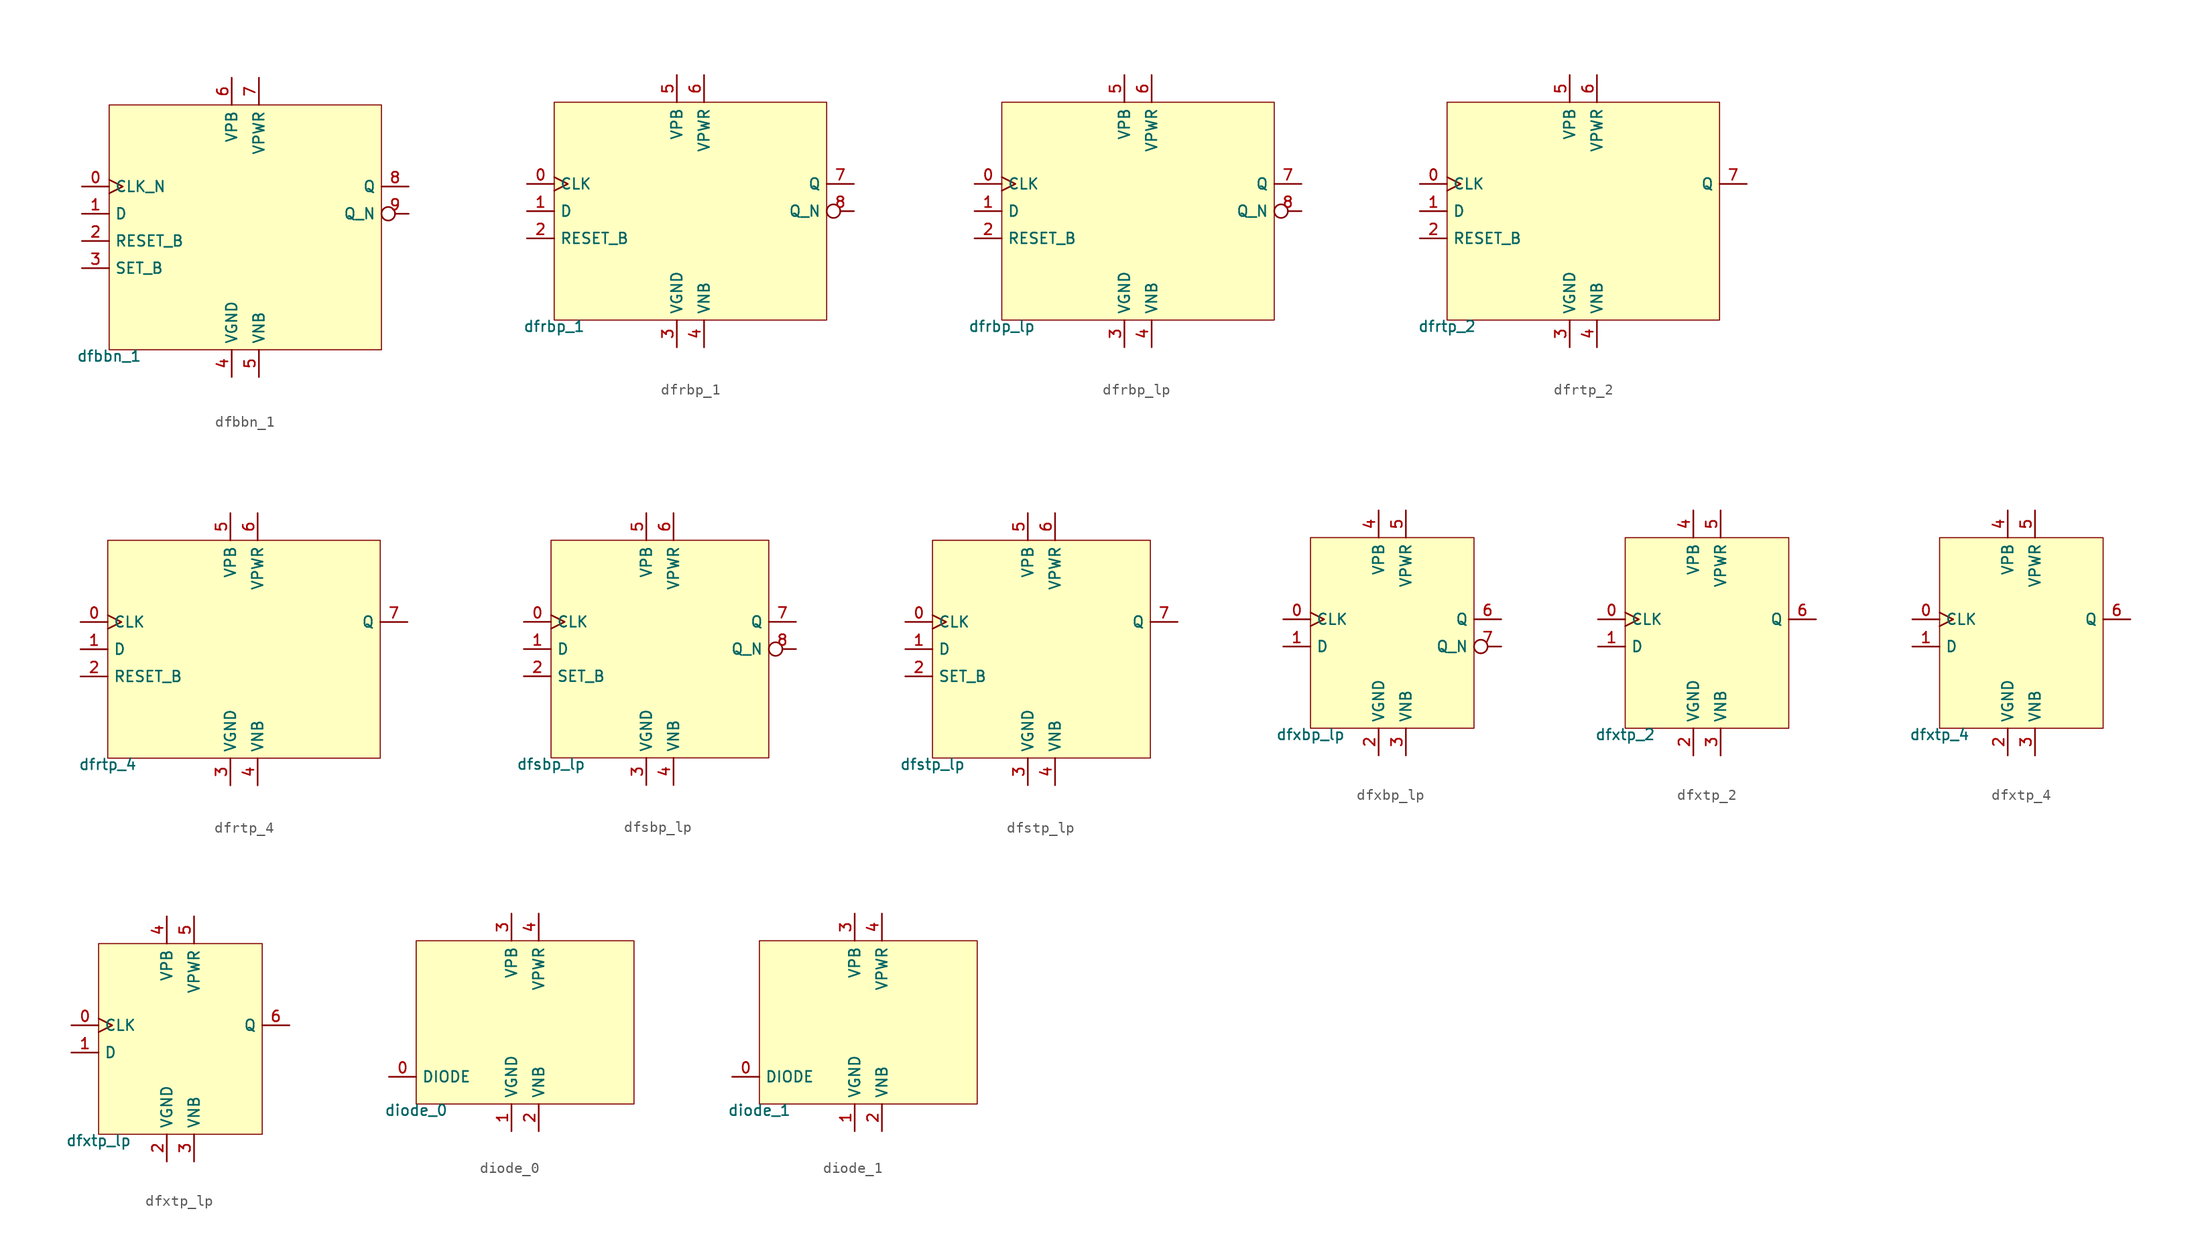
<source format=kicad_sym>
(kicad_symbol_lib
  (version 20211014)
  (generator pdk2kicad)
  (symbol "dfbbn_1"
    (property "Reference" "X"
      (at 0 0 0)
      (effects (font (size 1 1)) hide))
    (property "Value" "dfbbn_1"
      (at -12.7 -11.43 0)
      (effects (font (size 1 1)) (justify top)))
    (rectangle
      (start -12.7 -11.43)
      (end 12.7 11.43)
      (stroke (width 0.1) (type solid) (color 0 0 0 0))
      (fill (type background)))
    (pin input clock
      (at -15.24 3.81 0)
      (length 2.54)
      (name "CLK_N" (effects (font (size 1 1)) hide))
      (number "0" (effects (font (size 1 1)) hide)))
    (pin input line
      (at -15.24 1.27 0)
      (length 2.54)
      (name "D" (effects (font (size 1 1)) hide))
      (number "1" (effects (font (size 1 1)) hide)))
    (pin input line
      (at -15.24 -1.27 0)
      (length 2.54)
      (name "RESET_B" (effects (font (size 1 1)) hide))
      (number "2" (effects (font (size 1 1)) hide)))
    (pin input line
      (at -15.24 -3.81 0)
      (length 2.54)
      (name "SET_B" (effects (font (size 1 1)) hide))
      (number "3" (effects (font (size 1 1)) hide)))
    (pin power_in line
      (at -1.27 -13.97 90)
      (length 2.54)
      (name "VGND" (effects (font (size 1 1)) hide))
      (number "4" (effects (font (size 1 1)) hide)))
    (pin power_in line
      (at 1.27 -13.97 90)
      (length 2.54)
      (name "VNB" (effects (font (size 1 1)) hide))
      (number "5" (effects (font (size 1 1)) hide)))
    (pin power_in line
      (at -1.27 13.97 270)
      (length 2.54)
      (name "VPB" (effects (font (size 1 1)) hide))
      (number "6" (effects (font (size 1 1)) hide)))
    (pin power_in line
      (at 1.27 13.97 270)
      (length 2.54)
      (name "VPWR" (effects (font (size 1 1)) hide))
      (number "7" (effects (font (size 1 1)) hide)))
    (pin output line
      (at 15.24 3.81 180)
      (length 2.54)
      (name "Q" (effects (font (size 1 1)) hide))
      (number "8" (effects (font (size 1 1)) hide)))
    (pin output inverted
      (at 15.24 1.27 180)
      (length 2.54)
      (name "Q_N" (effects (font (size 1 1)) hide))
      (number "9" (effects (font (size 1 1)) hide))))
  (symbol "dfrbp_1"
    (property "Reference" "X"
      (at 0 0 0)
      (effects (font (size 1 1)) hide))
    (property "Value" "dfrbp_1"
      (at -12.7 -10.16 0)
      (effects (font (size 1 1)) (justify top)))
    (rectangle
      (start -12.7 -10.16)
      (end 12.7 10.16)
      (stroke (width 0.1) (type solid) (color 0 0 0 0))
      (fill (type background)))
    (pin input clock
      (at -15.24 2.54 0)
      (length 2.54)
      (name "CLK" (effects (font (size 1 1)) hide))
      (number "0" (effects (font (size 1 1)) hide)))
    (pin input line
      (at -15.24 0.0 0)
      (length 2.54)
      (name "D" (effects (font (size 1 1)) hide))
      (number "1" (effects (font (size 1 1)) hide)))
    (pin input line
      (at -15.24 -2.54 0)
      (length 2.54)
      (name "RESET_B" (effects (font (size 1 1)) hide))
      (number "2" (effects (font (size 1 1)) hide)))
    (pin power_in line
      (at -1.27 -12.7 90)
      (length 2.54)
      (name "VGND" (effects (font (size 1 1)) hide))
      (number "3" (effects (font (size 1 1)) hide)))
    (pin power_in line
      (at 1.27 -12.7 90)
      (length 2.54)
      (name "VNB" (effects (font (size 1 1)) hide))
      (number "4" (effects (font (size 1 1)) hide)))
    (pin power_in line
      (at -1.27 12.7 270)
      (length 2.54)
      (name "VPB" (effects (font (size 1 1)) hide))
      (number "5" (effects (font (size 1 1)) hide)))
    (pin power_in line
      (at 1.27 12.7 270)
      (length 2.54)
      (name "VPWR" (effects (font (size 1 1)) hide))
      (number "6" (effects (font (size 1 1)) hide)))
    (pin output line
      (at 15.24 2.54 180)
      (length 2.54)
      (name "Q" (effects (font (size 1 1)) hide))
      (number "7" (effects (font (size 1 1)) hide)))
    (pin output inverted
      (at 15.24 0.0 180)
      (length 2.54)
      (name "Q_N" (effects (font (size 1 1)) hide))
      (number "8" (effects (font (size 1 1)) hide))))
  (symbol "dfrbp_lp"
    (property "Reference" "X"
      (at 0 0 0)
      (effects (font (size 1 1)) hide))
    (property "Value" "dfrbp_lp"
      (at -12.7 -10.16 0)
      (effects (font (size 1 1)) (justify top)))
    (rectangle
      (start -12.7 -10.16)
      (end 12.7 10.16)
      (stroke (width 0.1) (type solid) (color 0 0 0 0))
      (fill (type background)))
    (pin input clock
      (at -15.24 2.54 0)
      (length 2.54)
      (name "CLK" (effects (font (size 1 1)) hide))
      (number "0" (effects (font (size 1 1)) hide)))
    (pin input line
      (at -15.24 0.0 0)
      (length 2.54)
      (name "D" (effects (font (size 1 1)) hide))
      (number "1" (effects (font (size 1 1)) hide)))
    (pin input line
      (at -15.24 -2.54 0)
      (length 2.54)
      (name "RESET_B" (effects (font (size 1 1)) hide))
      (number "2" (effects (font (size 1 1)) hide)))
    (pin power_in line
      (at -1.27 -12.7 90)
      (length 2.54)
      (name "VGND" (effects (font (size 1 1)) hide))
      (number "3" (effects (font (size 1 1)) hide)))
    (pin power_in line
      (at 1.27 -12.7 90)
      (length 2.54)
      (name "VNB" (effects (font (size 1 1)) hide))
      (number "4" (effects (font (size 1 1)) hide)))
    (pin power_in line
      (at -1.27 12.7 270)
      (length 2.54)
      (name "VPB" (effects (font (size 1 1)) hide))
      (number "5" (effects (font (size 1 1)) hide)))
    (pin power_in line
      (at 1.27 12.7 270)
      (length 2.54)
      (name "VPWR" (effects (font (size 1 1)) hide))
      (number "6" (effects (font (size 1 1)) hide)))
    (pin output line
      (at 15.24 2.54 180)
      (length 2.54)
      (name "Q" (effects (font (size 1 1)) hide))
      (number "7" (effects (font (size 1 1)) hide)))
    (pin output inverted
      (at 15.24 0.0 180)
      (length 2.54)
      (name "Q_N" (effects (font (size 1 1)) hide))
      (number "8" (effects (font (size 1 1)) hide))))
  (symbol "dfrtp_2"
    (property "Reference" "X"
      (at 0 0 0)
      (effects (font (size 1 1)) hide))
    (property "Value" "dfrtp_2"
      (at -12.7 -10.16 0)
      (effects (font (size 1 1)) (justify top)))
    (rectangle
      (start -12.7 -10.16)
      (end 12.7 10.16)
      (stroke (width 0.1) (type solid) (color 0 0 0 0))
      (fill (type background)))
    (pin input clock
      (at -15.24 2.54 0)
      (length 2.54)
      (name "CLK" (effects (font (size 1 1)) hide))
      (number "0" (effects (font (size 1 1)) hide)))
    (pin input line
      (at -15.24 0.0 0)
      (length 2.54)
      (name "D" (effects (font (size 1 1)) hide))
      (number "1" (effects (font (size 1 1)) hide)))
    (pin input line
      (at -15.24 -2.54 0)
      (length 2.54)
      (name "RESET_B" (effects (font (size 1 1)) hide))
      (number "2" (effects (font (size 1 1)) hide)))
    (pin power_in line
      (at -1.27 -12.7 90)
      (length 2.54)
      (name "VGND" (effects (font (size 1 1)) hide))
      (number "3" (effects (font (size 1 1)) hide)))
    (pin power_in line
      (at 1.27 -12.7 90)
      (length 2.54)
      (name "VNB" (effects (font (size 1 1)) hide))
      (number "4" (effects (font (size 1 1)) hide)))
    (pin power_in line
      (at -1.27 12.7 270)
      (length 2.54)
      (name "VPB" (effects (font (size 1 1)) hide))
      (number "5" (effects (font (size 1 1)) hide)))
    (pin power_in line
      (at 1.27 12.7 270)
      (length 2.54)
      (name "VPWR" (effects (font (size 1 1)) hide))
      (number "6" (effects (font (size 1 1)) hide)))
    (pin output line
      (at 15.24 2.54 180)
      (length 2.54)
      (name "Q" (effects (font (size 1 1)) hide))
      (number "7" (effects (font (size 1 1)) hide))))
  (symbol "dfrtp_4"
    (property "Reference" "X"
      (at 0 0 0)
      (effects (font (size 1 1)) hide))
    (property "Value" "dfrtp_4"
      (at -12.7 -10.16 0)
      (effects (font (size 1 1)) (justify top)))
    (rectangle
      (start -12.7 -10.16)
      (end 12.7 10.16)
      (stroke (width 0.1) (type solid) (color 0 0 0 0))
      (fill (type background)))
    (pin input clock
      (at -15.24 2.54 0)
      (length 2.54)
      (name "CLK" (effects (font (size 1 1)) hide))
      (number "0" (effects (font (size 1 1)) hide)))
    (pin input line
      (at -15.24 0.0 0)
      (length 2.54)
      (name "D" (effects (font (size 1 1)) hide))
      (number "1" (effects (font (size 1 1)) hide)))
    (pin input line
      (at -15.24 -2.54 0)
      (length 2.54)
      (name "RESET_B" (effects (font (size 1 1)) hide))
      (number "2" (effects (font (size 1 1)) hide)))
    (pin power_in line
      (at -1.27 -12.7 90)
      (length 2.54)
      (name "VGND" (effects (font (size 1 1)) hide))
      (number "3" (effects (font (size 1 1)) hide)))
    (pin power_in line
      (at 1.27 -12.7 90)
      (length 2.54)
      (name "VNB" (effects (font (size 1 1)) hide))
      (number "4" (effects (font (size 1 1)) hide)))
    (pin power_in line
      (at -1.27 12.7 270)
      (length 2.54)
      (name "VPB" (effects (font (size 1 1)) hide))
      (number "5" (effects (font (size 1 1)) hide)))
    (pin power_in line
      (at 1.27 12.7 270)
      (length 2.54)
      (name "VPWR" (effects (font (size 1 1)) hide))
      (number "6" (effects (font (size 1 1)) hide)))
    (pin output line
      (at 15.24 2.54 180)
      (length 2.54)
      (name "Q" (effects (font (size 1 1)) hide))
      (number "7" (effects (font (size 1 1)) hide))))
  (symbol "dfsbp_lp"
    (property "Reference" "X"
      (at 0 0 0)
      (effects (font (size 1 1)) hide))
    (property "Value" "dfsbp_lp"
      (at -10.16 -10.16 0)
      (effects (font (size 1 1)) (justify top)))
    (rectangle
      (start -10.16 -10.16)
      (end 10.16 10.16)
      (stroke (width 0.1) (type solid) (color 0 0 0 0))
      (fill (type background)))
    (pin input clock
      (at -12.7 2.54 0)
      (length 2.54)
      (name "CLK" (effects (font (size 1 1)) hide))
      (number "0" (effects (font (size 1 1)) hide)))
    (pin input line
      (at -12.7 0.0 0)
      (length 2.54)
      (name "D" (effects (font (size 1 1)) hide))
      (number "1" (effects (font (size 1 1)) hide)))
    (pin input line
      (at -12.7 -2.54 0)
      (length 2.54)
      (name "SET_B" (effects (font (size 1 1)) hide))
      (number "2" (effects (font (size 1 1)) hide)))
    (pin power_in line
      (at -1.27 -12.7 90)
      (length 2.54)
      (name "VGND" (effects (font (size 1 1)) hide))
      (number "3" (effects (font (size 1 1)) hide)))
    (pin power_in line
      (at 1.27 -12.7 90)
      (length 2.54)
      (name "VNB" (effects (font (size 1 1)) hide))
      (number "4" (effects (font (size 1 1)) hide)))
    (pin power_in line
      (at -1.27 12.7 270)
      (length 2.54)
      (name "VPB" (effects (font (size 1 1)) hide))
      (number "5" (effects (font (size 1 1)) hide)))
    (pin power_in line
      (at 1.27 12.7 270)
      (length 2.54)
      (name "VPWR" (effects (font (size 1 1)) hide))
      (number "6" (effects (font (size 1 1)) hide)))
    (pin output line
      (at 12.7 2.54 180)
      (length 2.54)
      (name "Q" (effects (font (size 1 1)) hide))
      (number "7" (effects (font (size 1 1)) hide)))
    (pin output inverted
      (at 12.7 0.0 180)
      (length 2.54)
      (name "Q_N" (effects (font (size 1 1)) hide))
      (number "8" (effects (font (size 1 1)) hide))))
  (symbol "dfstp_lp"
    (property "Reference" "X"
      (at 0 0 0)
      (effects (font (size 1 1)) hide))
    (property "Value" "dfstp_lp"
      (at -10.16 -10.16 0)
      (effects (font (size 1 1)) (justify top)))
    (rectangle
      (start -10.16 -10.16)
      (end 10.16 10.16)
      (stroke (width 0.1) (type solid) (color 0 0 0 0))
      (fill (type background)))
    (pin input clock
      (at -12.7 2.54 0)
      (length 2.54)
      (name "CLK" (effects (font (size 1 1)) hide))
      (number "0" (effects (font (size 1 1)) hide)))
    (pin input line
      (at -12.7 0.0 0)
      (length 2.54)
      (name "D" (effects (font (size 1 1)) hide))
      (number "1" (effects (font (size 1 1)) hide)))
    (pin input line
      (at -12.7 -2.54 0)
      (length 2.54)
      (name "SET_B" (effects (font (size 1 1)) hide))
      (number "2" (effects (font (size 1 1)) hide)))
    (pin power_in line
      (at -1.27 -12.7 90)
      (length 2.54)
      (name "VGND" (effects (font (size 1 1)) hide))
      (number "3" (effects (font (size 1 1)) hide)))
    (pin power_in line
      (at 1.27 -12.7 90)
      (length 2.54)
      (name "VNB" (effects (font (size 1 1)) hide))
      (number "4" (effects (font (size 1 1)) hide)))
    (pin power_in line
      (at -1.27 12.7 270)
      (length 2.54)
      (name "VPB" (effects (font (size 1 1)) hide))
      (number "5" (effects (font (size 1 1)) hide)))
    (pin power_in line
      (at 1.27 12.7 270)
      (length 2.54)
      (name "VPWR" (effects (font (size 1 1)) hide))
      (number "6" (effects (font (size 1 1)) hide)))
    (pin output line
      (at 12.7 2.54 180)
      (length 2.54)
      (name "Q" (effects (font (size 1 1)) hide))
      (number "7" (effects (font (size 1 1)) hide))))
  (symbol "dfxbp_lp"
    (property "Reference" "X"
      (at 0 0 0)
      (effects (font (size 1 1)) hide))
    (property "Value" "dfxbp_lp"
      (at -7.62 -8.89 0)
      (effects (font (size 1 1)) (justify top)))
    (rectangle
      (start -7.62 -8.89)
      (end 7.62 8.89)
      (stroke (width 0.1) (type solid) (color 0 0 0 0))
      (fill (type background)))
    (pin input clock
      (at -10.16 1.27 0)
      (length 2.54)
      (name "CLK" (effects (font (size 1 1)) hide))
      (number "0" (effects (font (size 1 1)) hide)))
    (pin input line
      (at -10.16 -1.27 0)
      (length 2.54)
      (name "D" (effects (font (size 1 1)) hide))
      (number "1" (effects (font (size 1 1)) hide)))
    (pin power_in line
      (at -1.27 -11.43 90)
      (length 2.54)
      (name "VGND" (effects (font (size 1 1)) hide))
      (number "2" (effects (font (size 1 1)) hide)))
    (pin power_in line
      (at 1.27 -11.43 90)
      (length 2.54)
      (name "VNB" (effects (font (size 1 1)) hide))
      (number "3" (effects (font (size 1 1)) hide)))
    (pin power_in line
      (at -1.27 11.43 270)
      (length 2.54)
      (name "VPB" (effects (font (size 1 1)) hide))
      (number "4" (effects (font (size 1 1)) hide)))
    (pin power_in line
      (at 1.27 11.43 270)
      (length 2.54)
      (name "VPWR" (effects (font (size 1 1)) hide))
      (number "5" (effects (font (size 1 1)) hide)))
    (pin output line
      (at 10.16 1.27 180)
      (length 2.54)
      (name "Q" (effects (font (size 1 1)) hide))
      (number "6" (effects (font (size 1 1)) hide)))
    (pin output inverted
      (at 10.16 -1.27 180)
      (length 2.54)
      (name "Q_N" (effects (font (size 1 1)) hide))
      (number "7" (effects (font (size 1 1)) hide))))
  (symbol "dfxtp_2"
    (property "Reference" "X"
      (at 0 0 0)
      (effects (font (size 1 1)) hide))
    (property "Value" "dfxtp_2"
      (at -7.62 -8.89 0)
      (effects (font (size 1 1)) (justify top)))
    (rectangle
      (start -7.62 -8.89)
      (end 7.62 8.89)
      (stroke (width 0.1) (type solid) (color 0 0 0 0))
      (fill (type background)))
    (pin input clock
      (at -10.16 1.27 0)
      (length 2.54)
      (name "CLK" (effects (font (size 1 1)) hide))
      (number "0" (effects (font (size 1 1)) hide)))
    (pin input line
      (at -10.16 -1.27 0)
      (length 2.54)
      (name "D" (effects (font (size 1 1)) hide))
      (number "1" (effects (font (size 1 1)) hide)))
    (pin power_in line
      (at -1.27 -11.43 90)
      (length 2.54)
      (name "VGND" (effects (font (size 1 1)) hide))
      (number "2" (effects (font (size 1 1)) hide)))
    (pin power_in line
      (at 1.27 -11.43 90)
      (length 2.54)
      (name "VNB" (effects (font (size 1 1)) hide))
      (number "3" (effects (font (size 1 1)) hide)))
    (pin power_in line
      (at -1.27 11.43 270)
      (length 2.54)
      (name "VPB" (effects (font (size 1 1)) hide))
      (number "4" (effects (font (size 1 1)) hide)))
    (pin power_in line
      (at 1.27 11.43 270)
      (length 2.54)
      (name "VPWR" (effects (font (size 1 1)) hide))
      (number "5" (effects (font (size 1 1)) hide)))
    (pin output line
      (at 10.16 1.27 180)
      (length 2.54)
      (name "Q" (effects (font (size 1 1)) hide))
      (number "6" (effects (font (size 1 1)) hide))))
  (symbol "dfxtp_4"
    (property "Reference" "X"
      (at 0 0 0)
      (effects (font (size 1 1)) hide))
    (property "Value" "dfxtp_4"
      (at -7.62 -8.89 0)
      (effects (font (size 1 1)) (justify top)))
    (rectangle
      (start -7.62 -8.89)
      (end 7.62 8.89)
      (stroke (width 0.1) (type solid) (color 0 0 0 0))
      (fill (type background)))
    (pin input clock
      (at -10.16 1.27 0)
      (length 2.54)
      (name "CLK" (effects (font (size 1 1)) hide))
      (number "0" (effects (font (size 1 1)) hide)))
    (pin input line
      (at -10.16 -1.27 0)
      (length 2.54)
      (name "D" (effects (font (size 1 1)) hide))
      (number "1" (effects (font (size 1 1)) hide)))
    (pin power_in line
      (at -1.27 -11.43 90)
      (length 2.54)
      (name "VGND" (effects (font (size 1 1)) hide))
      (number "2" (effects (font (size 1 1)) hide)))
    (pin power_in line
      (at 1.27 -11.43 90)
      (length 2.54)
      (name "VNB" (effects (font (size 1 1)) hide))
      (number "3" (effects (font (size 1 1)) hide)))
    (pin power_in line
      (at -1.27 11.43 270)
      (length 2.54)
      (name "VPB" (effects (font (size 1 1)) hide))
      (number "4" (effects (font (size 1 1)) hide)))
    (pin power_in line
      (at 1.27 11.43 270)
      (length 2.54)
      (name "VPWR" (effects (font (size 1 1)) hide))
      (number "5" (effects (font (size 1 1)) hide)))
    (pin output line
      (at 10.16 1.27 180)
      (length 2.54)
      (name "Q" (effects (font (size 1 1)) hide))
      (number "6" (effects (font (size 1 1)) hide))))
  (symbol "dfxtp_lp"
    (property "Reference" "X"
      (at 0 0 0)
      (effects (font (size 1 1)) hide))
    (property "Value" "dfxtp_lp"
      (at -7.62 -8.89 0)
      (effects (font (size 1 1)) (justify top)))
    (rectangle
      (start -7.62 -8.89)
      (end 7.62 8.89)
      (stroke (width 0.1) (type solid) (color 0 0 0 0))
      (fill (type background)))
    (pin input clock
      (at -10.16 1.27 0)
      (length 2.54)
      (name "CLK" (effects (font (size 1 1)) hide))
      (number "0" (effects (font (size 1 1)) hide)))
    (pin input line
      (at -10.16 -1.27 0)
      (length 2.54)
      (name "D" (effects (font (size 1 1)) hide))
      (number "1" (effects (font (size 1 1)) hide)))
    (pin power_in line
      (at -1.27 -11.43 90)
      (length 2.54)
      (name "VGND" (effects (font (size 1 1)) hide))
      (number "2" (effects (font (size 1 1)) hide)))
    (pin power_in line
      (at 1.27 -11.43 90)
      (length 2.54)
      (name "VNB" (effects (font (size 1 1)) hide))
      (number "3" (effects (font (size 1 1)) hide)))
    (pin power_in line
      (at -1.27 11.43 270)
      (length 2.54)
      (name "VPB" (effects (font (size 1 1)) hide))
      (number "4" (effects (font (size 1 1)) hide)))
    (pin power_in line
      (at 1.27 11.43 270)
      (length 2.54)
      (name "VPWR" (effects (font (size 1 1)) hide))
      (number "5" (effects (font (size 1 1)) hide)))
    (pin output line
      (at 10.16 1.27 180)
      (length 2.54)
      (name "Q" (effects (font (size 1 1)) hide))
      (number "6" (effects (font (size 1 1)) hide))))
  (symbol "diode_0"
    (property "Reference" "X"
      (at 0 0 0)
      (effects (font (size 1 1)) hide))
    (property "Value" "diode_0"
      (at -10.16 -7.62 0)
      (effects (font (size 1 1)) (justify top)))
    (rectangle
      (start -10.16 -7.62)
      (end 10.16 7.62)
      (stroke (width 0.1) (type solid) (color 0 0 0 0))
      (fill (type background)))
    (pin bidirectional line
      (at -12.7 -5.08 0)
      (length 2.54)
      (name "DIODE" (effects (font (size 1 1)) hide))
      (number "0" (effects (font (size 1 1)) hide)))
    (pin power_in line
      (at -1.27 -10.16 90)
      (length 2.54)
      (name "VGND" (effects (font (size 1 1)) hide))
      (number "1" (effects (font (size 1 1)) hide)))
    (pin power_in line
      (at 1.27 -10.16 90)
      (length 2.54)
      (name "VNB" (effects (font (size 1 1)) hide))
      (number "2" (effects (font (size 1 1)) hide)))
    (pin power_in line
      (at -1.27 10.16 270)
      (length 2.54)
      (name "VPB" (effects (font (size 1 1)) hide))
      (number "3" (effects (font (size 1 1)) hide)))
    (pin power_in line
      (at 1.27 10.16 270)
      (length 2.54)
      (name "VPWR" (effects (font (size 1 1)) hide))
      (number "4" (effects (font (size 1 1)) hide))))
  (symbol "diode_1"
    (property "Reference" "X"
      (at 0 0 0)
      (effects (font (size 1 1)) hide))
    (property "Value" "diode_1"
      (at -10.16 -7.62 0)
      (effects (font (size 1 1)) (justify top)))
    (rectangle
      (start -10.16 -7.62)
      (end 10.16 7.62)
      (stroke (width 0.1) (type solid) (color 0 0 0 0))
      (fill (type background)))
    (pin bidirectional line
      (at -12.7 -5.08 0)
      (length 2.54)
      (name "DIODE" (effects (font (size 1 1)) hide))
      (number "0" (effects (font (size 1 1)) hide)))
    (pin power_in line
      (at -1.27 -10.16 90)
      (length 2.54)
      (name "VGND" (effects (font (size 1 1)) hide))
      (number "1" (effects (font (size 1 1)) hide)))
    (pin power_in line
      (at 1.27 -10.16 90)
      (length 2.54)
      (name "VNB" (effects (font (size 1 1)) hide))
      (number "2" (effects (font (size 1 1)) hide)))
    (pin power_in line
      (at -1.27 10.16 270)
      (length 2.54)
      (name "VPB" (effects (font (size 1 1)) hide))
      (number "3" (effects (font (size 1 1)) hide)))
    (pin power_in line
      (at 1.27 10.16 270)
      (length 2.54)
      (name "VPWR" (effects (font (size 1 1)) hide))
      (number "4" (effects (font (size 1 1)) hide)))))
</source>
